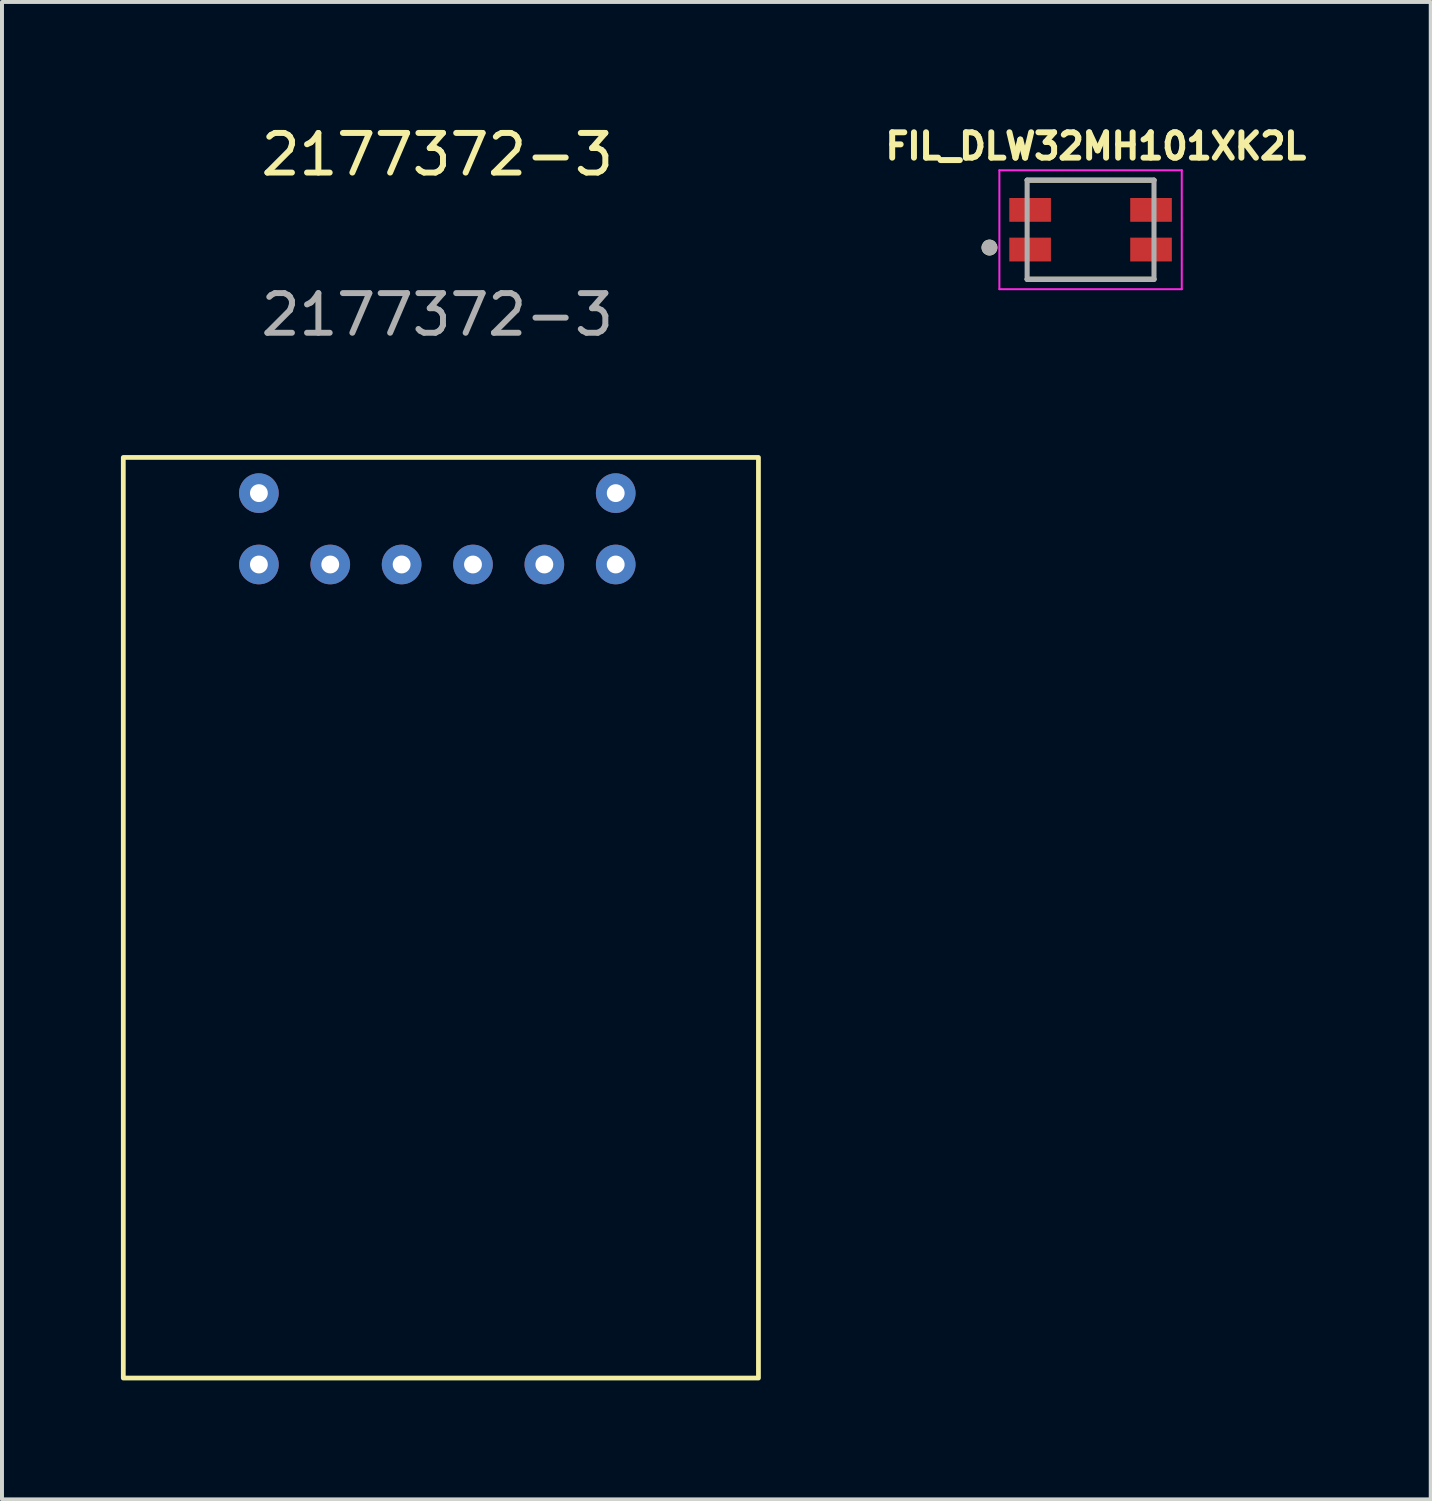
<source format=kicad_pcb>
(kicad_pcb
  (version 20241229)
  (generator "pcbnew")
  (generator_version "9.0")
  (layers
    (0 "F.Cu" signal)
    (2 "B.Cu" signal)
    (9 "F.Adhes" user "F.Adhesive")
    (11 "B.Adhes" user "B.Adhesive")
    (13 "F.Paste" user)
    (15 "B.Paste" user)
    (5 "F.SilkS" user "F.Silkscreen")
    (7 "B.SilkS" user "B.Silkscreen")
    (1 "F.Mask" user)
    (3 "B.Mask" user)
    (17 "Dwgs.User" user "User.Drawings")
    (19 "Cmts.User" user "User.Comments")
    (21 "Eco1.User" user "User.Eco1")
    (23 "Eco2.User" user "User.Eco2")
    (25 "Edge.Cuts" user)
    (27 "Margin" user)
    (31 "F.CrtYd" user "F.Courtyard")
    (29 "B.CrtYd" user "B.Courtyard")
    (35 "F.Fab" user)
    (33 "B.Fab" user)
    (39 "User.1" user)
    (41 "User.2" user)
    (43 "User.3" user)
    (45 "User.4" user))
  (footprint "2177372-3"
    (layer "F.Cu")
    (at 7.98 13.888)
    (property "Reference" "2177372-3" (at 0 -13.04 0) (unlocked yes) (layer "F.SilkS") (effects (font (size 1 1) (thickness 0.15))))
    (attr smd)
    (fp_rect (start -7.92 -5.4) (end 8.1 17.82) (stroke (width 0.12) (type solid)) (fill no) (layer "F.SilkS"))
    (fp_text user "${REFERENCE}" (at 0 -9 0) (unlocked yes) (layer "F.Fab") (effects (font (size 1 1) (thickness 0.15))))
    (pad "1" thru_hole circle (at -4.5 -4.5) (size 1 1) (drill 0.45) (layers "*.Cu" "*.Mask"))
    (pad "2" thru_hole circle (at 4.5 -4.5) (size 1 1) (drill 0.45) (layers "*.Cu" "*.Mask"))
    (pad "3" thru_hole circle (at -4.5 -2.7) (size 1 1) (drill 0.45) (layers "*.Cu" "*.Mask"))
    (pad "4" thru_hole circle (at -2.7 -2.7) (size 1 1) (drill 0.45) (layers "*.Cu" "*.Mask"))
    (pad "5" thru_hole circle (at -0.9 -2.7) (size 1 1) (drill 0.45) (layers "*.Cu" "*.Mask"))
    (pad "6" thru_hole circle (at 0.9 -2.7) (size 1 1) (drill 0.45) (layers "*.Cu" "*.Mask"))
    (pad "7" thru_hole circle (at 2.7 -2.7) (size 1 1) (drill 0.45) (layers "*.Cu" "*.Mask"))
    (pad "8" thru_hole circle (at 4.5 -2.7) (size 1 1) (drill 0.45) (layers "*.Cu" "*.Mask")))
  (footprint "FIL_DLW32MH101XK2L"
    (layer "F.Cu")
    (at 24.457 2.744)
    (property "Reference" "FIL_DLW32MH101XK2L" (at 0.132 -2.106 0) (layer "F.SilkS") (effects (font (size 0.64 0.64) (thickness 0.15))))
    (attr smd)
    (fp_line (start -1.6 -1.25) (end 1.6 -1.25) (stroke (width 0.127) (type solid)) (layer "F.SilkS"))
    (fp_line (start 1.6 1.25) (end -1.6 1.25) (stroke (width 0.127) (type solid)) (layer "F.SilkS"))
    (fp_circle (center -2.55 0.45) (end -2.45 0.45) (stroke (width 0.2) (type solid)) (fill no) (layer "F.SilkS"))
    (fp_line (start -2.3 -1.5) (end 2.3 -1.5) (stroke (width 0.05) (type solid)) (layer "F.CrtYd"))
    (fp_line (start -2.3 1.5) (end -2.3 -1.5) (stroke (width 0.05) (type solid)) (layer "F.CrtYd"))
    (fp_line (start 2.3 -1.5) (end 2.3 1.5) (stroke (width 0.05) (type solid)) (layer "F.CrtYd"))
    (fp_line (start 2.3 1.5) (end -2.3 1.5) (stroke (width 0.05) (type solid)) (layer "F.CrtYd"))
    (fp_line (start -1.6 -1.25) (end 1.6 -1.25) (stroke (width 0.127) (type solid)) (layer "F.Fab"))
    (fp_line (start -1.6 1.25) (end -1.6 -1.25) (stroke (width 0.127) (type solid)) (layer "F.Fab"))
    (fp_line (start 1.6 -1.25) (end 1.6 1.25) (stroke (width 0.127) (type solid)) (layer "F.Fab"))
    (fp_line (start 1.6 1.25) (end -1.6 1.25) (stroke (width 0.127) (type solid)) (layer "F.Fab"))
    (fp_circle (center -2.55 0.45) (end -2.45 0.45) (stroke (width 0.2) (type solid)) (fill no) (layer "F.Fab"))
    (pad "1" smd rect (at -1.525 0.5) (size 1.05 0.6) (layers "F.Cu" "F.Mask" "F.Paste"))
    (pad "2" smd rect (at 1.525 0.5) (size 1.05 0.6) (layers "F.Cu" "F.Mask" "F.Paste"))
    (pad "3" smd rect (at 1.525 -0.5) (size 1.05 0.6) (layers "F.Cu" "F.Mask" "F.Paste"))
    (pad "4" smd rect (at -1.525 -0.5) (size 1.05 0.6) (layers "F.Cu" "F.Mask" "F.Paste")))
  (gr_rect
    (start -3 -3)
    (end 33.037 34.768)
    (stroke (width 0.1) (type default))
    (fill no)
    (layer "Edge.Cuts")))
</source>
